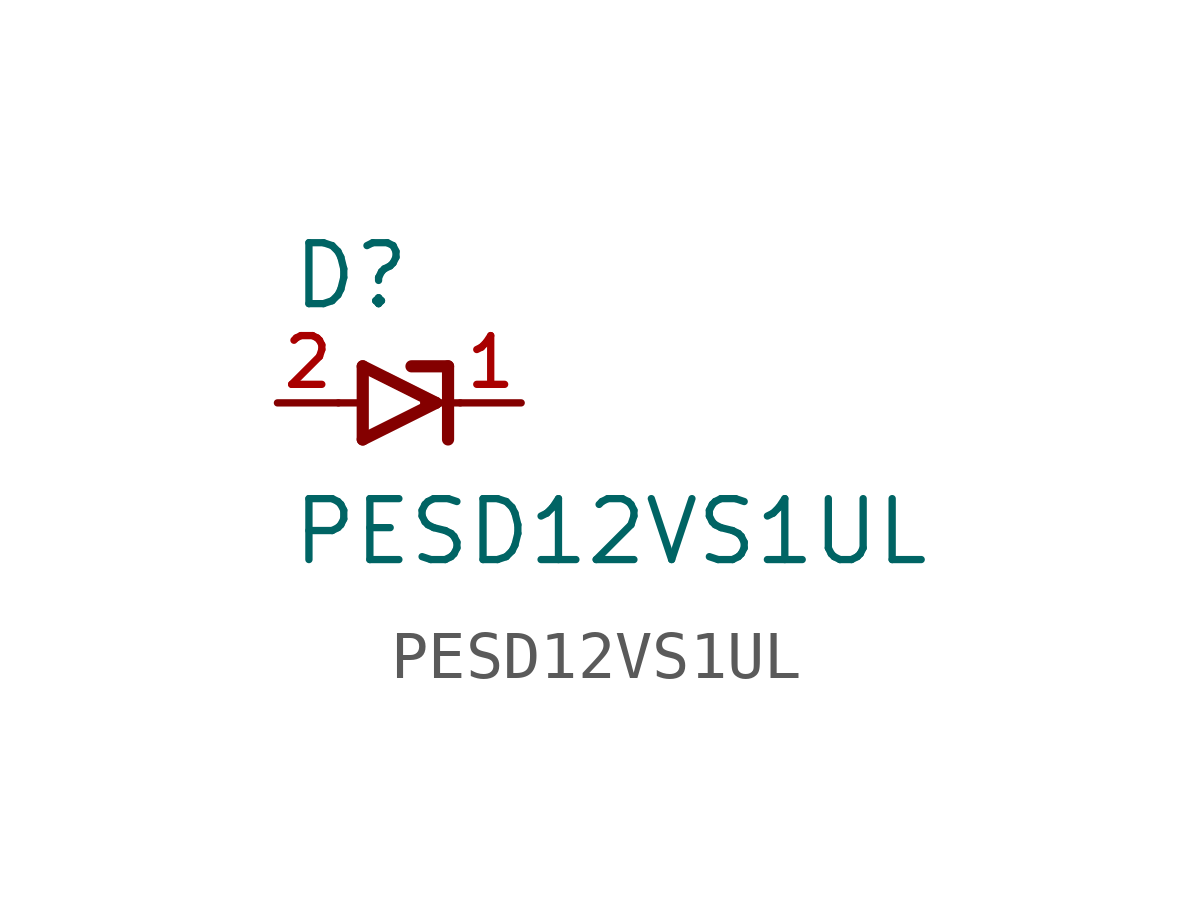
<source format=kicad_sym>
(kicad_symbol_lib
  (version 20241209)
  (generator "kicad_symbol_editor")
  (generator_version "9.0")
  (symbol "PESD12VS1UL"
    (pin_names
      (offset 1.016))
    (property "Reference" "D"
      (at -2.286 1.905 0)
      (effects (font (size 1.27 1.27)) (justify left bottom)))
    (property "Value" "PESD12VS1UL"
      (at -2.286 -3.429 0)
      (effects (font (size 1.27 1.27)) (justify left bottom)))
    (symbol "PESD12VS1UL_0_0"
      (polyline (pts (xy -0.762 -0.762) (xy -0.762 0.762)) (stroke (width 0.254) (type default)) (fill (type none)))
      (polyline (pts (xy -0.762 -0.762) (xy 0.762 0)) (stroke (width 0.254) (type default)) (fill (type none)))
      (polyline (pts (xy 0.762 0) (xy -0.762 0.762)) (stroke (width 0.254) (type default)) (fill (type none)))
      (polyline (pts (xy 1.016 0.762) (xy 0.254 0.762)) (stroke (width 0.254) (type default)) (fill (type none)))
      (polyline (pts (xy 1.016 -0.762) (xy 1.016 0.762)) (stroke (width 0.254) (type default)) (fill (type none))))
    (symbol "PESD12VS1UL_0_1"
      (polyline (pts (xy -1.27 0) (xy -0.762 0)) (stroke (width 0) (type default)) (fill (type none)))
      (polyline (pts (xy 0.508 0) (xy 1.27 0)) (stroke (width 0) (type default)) (fill (type none))))
    (symbol "PESD12VS1UL_1_0"
      (pin passive line (at -2.54 0 0) (length 1.27) (name "" (effects (font (size 1.016 1.016)))) (number "2" (effects (font (size 1.016 1.016)))))
      (pin passive line (at 2.54 0 180) (length 1.27) (name "~" (effects (font (size 1.016 1.016)))) (number "1" (effects (font (size 1.016 1.016))))))))
</source>
